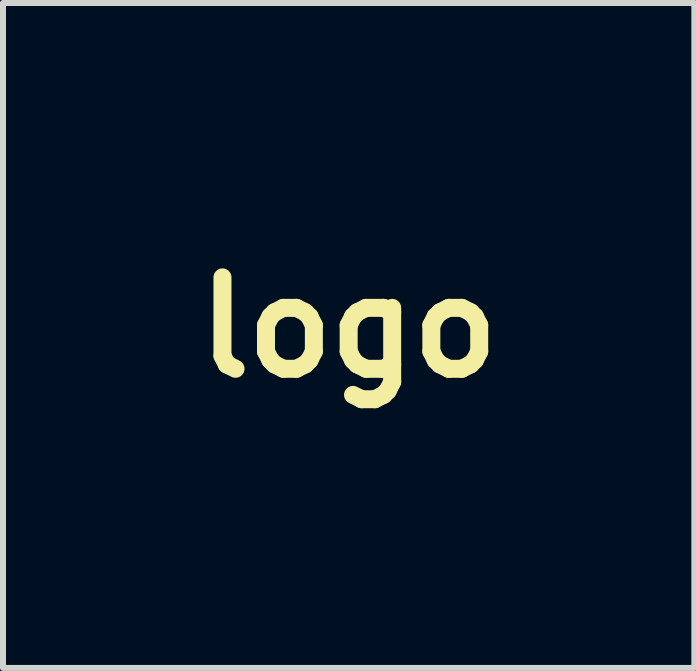
<source format=kicad_pcb>
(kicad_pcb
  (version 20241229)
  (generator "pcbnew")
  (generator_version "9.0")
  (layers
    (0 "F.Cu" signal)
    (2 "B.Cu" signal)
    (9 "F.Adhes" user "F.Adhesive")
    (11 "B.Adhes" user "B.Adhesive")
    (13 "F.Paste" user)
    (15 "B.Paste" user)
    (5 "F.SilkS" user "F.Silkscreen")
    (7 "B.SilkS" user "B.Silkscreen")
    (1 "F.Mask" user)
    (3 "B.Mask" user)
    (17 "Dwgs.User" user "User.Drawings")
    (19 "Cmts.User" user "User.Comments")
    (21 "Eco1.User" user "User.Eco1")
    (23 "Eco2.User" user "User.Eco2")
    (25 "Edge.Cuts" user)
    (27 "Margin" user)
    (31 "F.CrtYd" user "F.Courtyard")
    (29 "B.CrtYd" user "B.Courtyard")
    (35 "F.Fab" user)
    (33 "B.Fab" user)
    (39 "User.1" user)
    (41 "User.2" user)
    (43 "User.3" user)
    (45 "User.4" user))
  (footprint "logo"
    (layer "F.Cu")
    (at 2.765 2.411)
    (property "Reference" "logo" (at 0 0 0) (layer "F.SilkS") (effects (font (size 1.524 1.524) (thickness 0.3))))
    (attr through_hole)
    (fp_poly (pts (xy 1.872 2.674) (xy -1.604 2.674) (xy -1.604 1.069) (xy 1.872 1.069) (xy 1.872 2.674)) (stroke (width 0.01) (type solid)) (fill no) (layer "Eco2.User"))
    (fp_poly (pts (xy -0.053 -0.869) (xy -0.117 0.000291) (xy -0.235 0.471) (xy -0.478 0.678) (xy -0.869 0.753) (xy -1.274 0.777) (xy -1.494 0.651) (xy -1.585 0.256) (xy -1.604 -0.526) (xy -1.604 -0.784) (xy -1.604 -2.406) (xy 0.027 -2.406) (xy -0.053 -0.869)) (stroke (width 0.01) (type solid)) (fill no) (layer "Eco2.User"))
    (fp_poly (pts (xy 1.818 -0.869) (xy 1.745 0.018) (xy 1.61 0.501) (xy 1.363 0.707) (xy 1.192 0.747) (xy 0.661 0.729) (xy 0.457 0.635) (xy 0.35 0.28) (xy 0.282 -0.426) (xy 0.267 -0.98) (xy 0.282 -1.805) (xy 0.376 -2.228) (xy 0.626 -2.384) (xy 1.083 -2.406) (xy 1.898 -2.406) (xy 1.818 -0.869)) (stroke (width 0.01) (type solid)) (fill no) (layer "Eco2.User")))
  (gr_rect
    (start -3 -3)
    (end 8.53 8.09)
    (stroke (width 0.1) (type default))
    (fill no)
    (layer "Edge.Cuts")))
</source>
